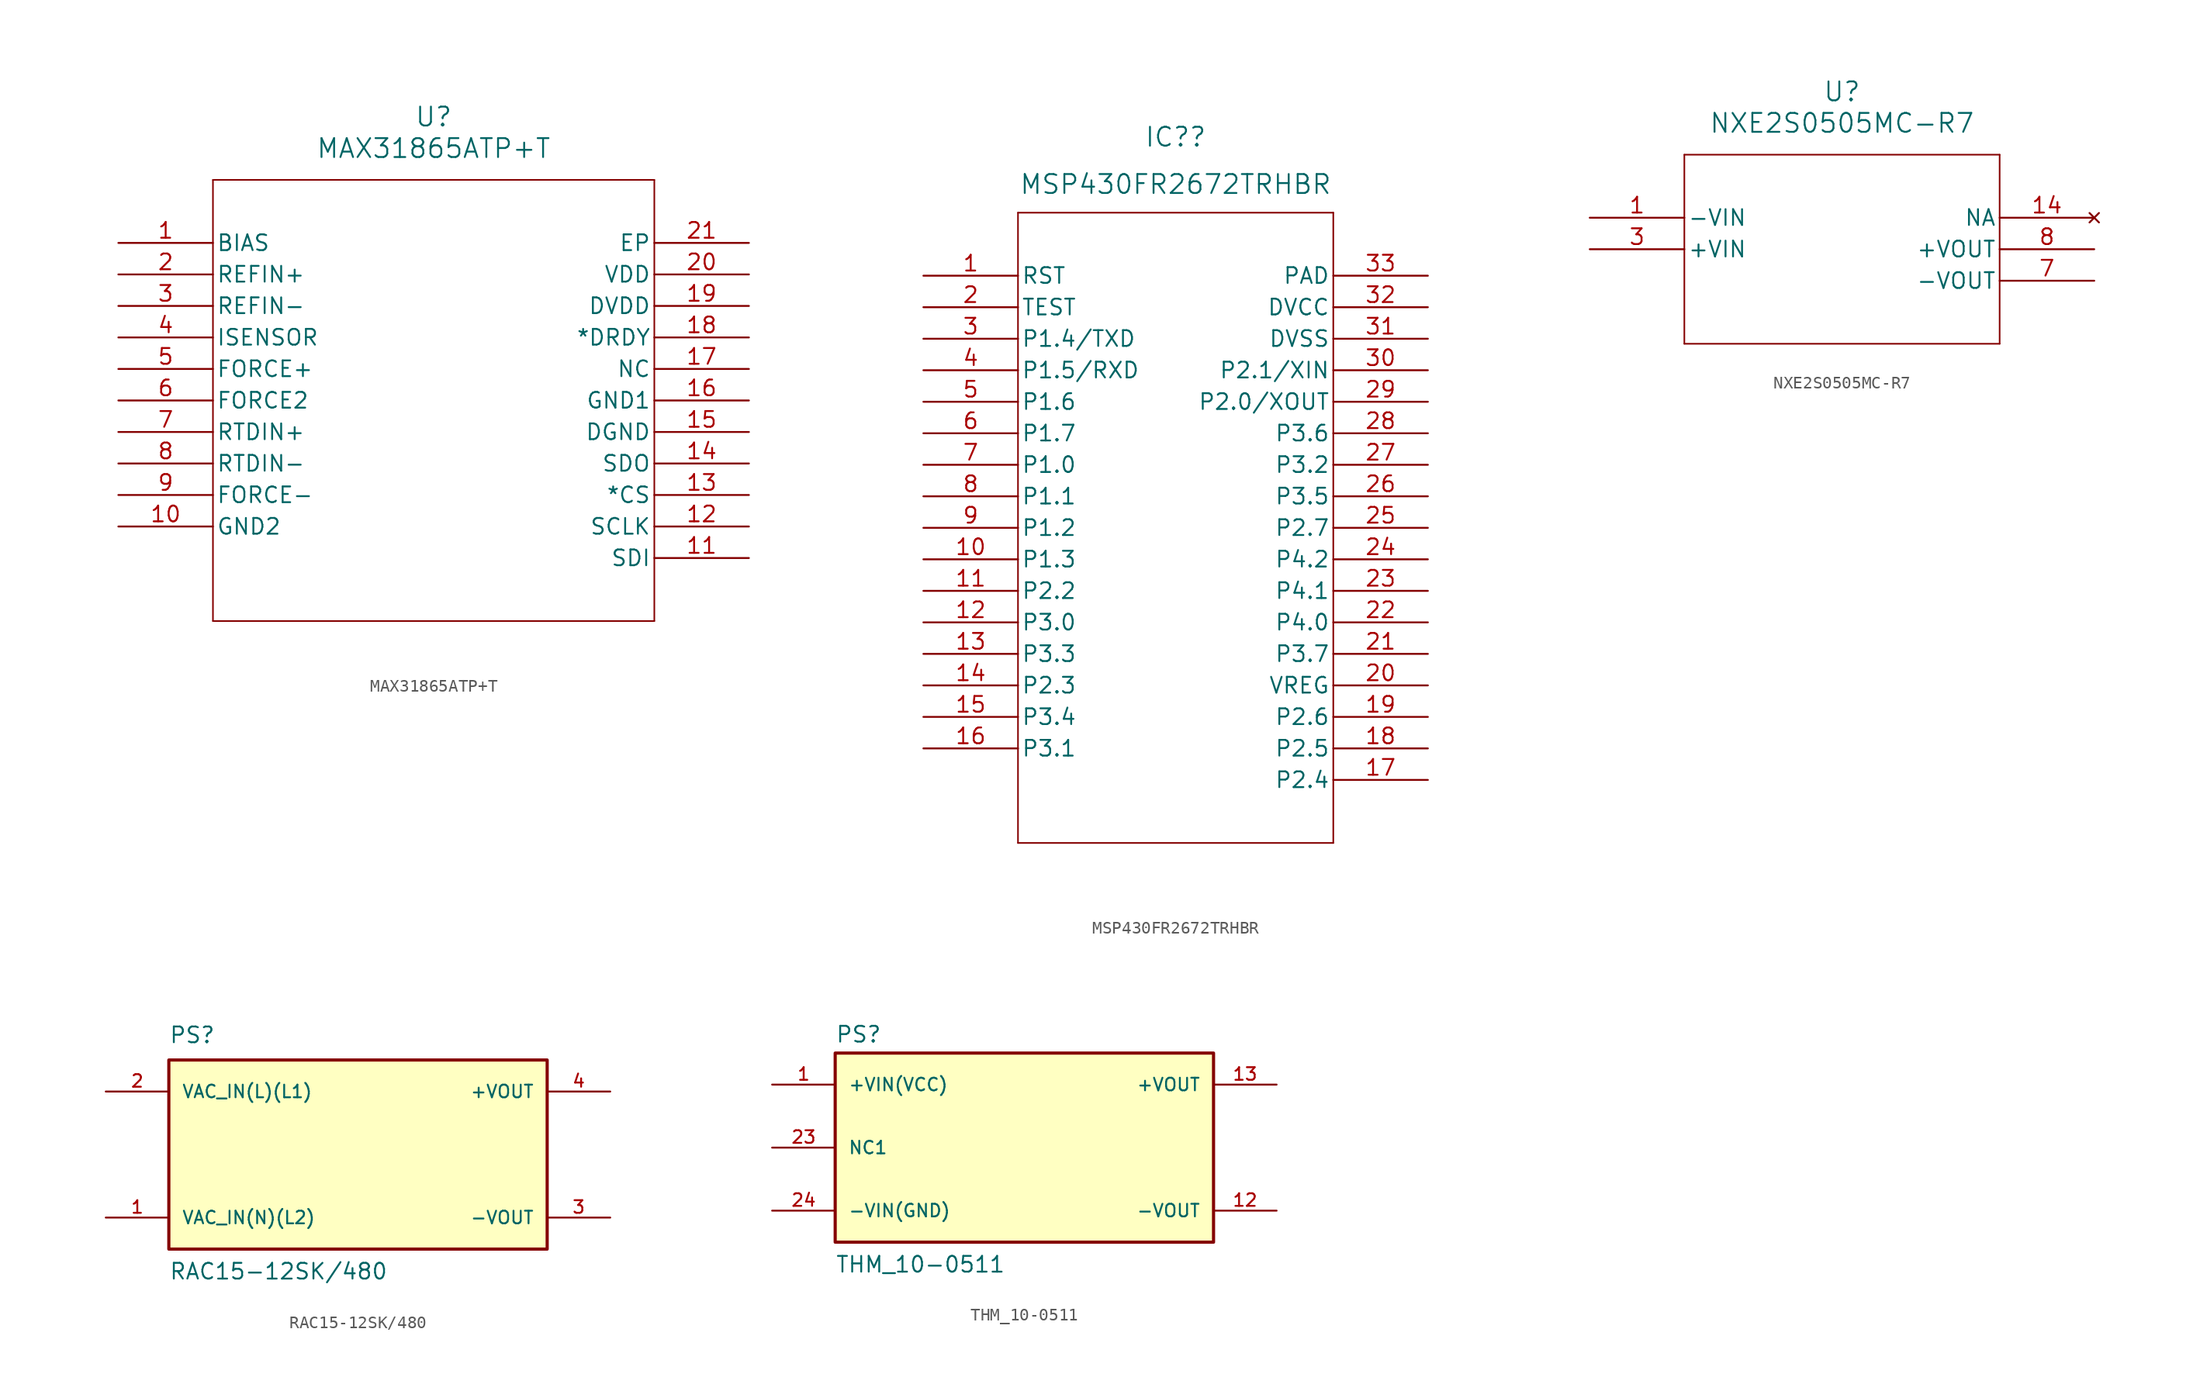
<source format=kicad_sym>
(kicad_symbol_lib
  (version 20231120)
  (generator "kicad_symbol_editor")
  (generator_version "8.0")
  (symbol "MAX31865ATP+T"
    (pin_names
      (offset 0.254))
    (property "Reference" "U"
      (at 25.4 10.16 0)
      (effects (font (size 1.524 1.524))))
    (property "Value" "MAX31865ATP+T"
      (at 25.4 7.62 0)
      (effects (font (size 1.524 1.524))))
    (property "ki_locked" ""
      (at 0 0 0)
      (effects (font (size 1.27 1.27))))
    (symbol "MAX31865ATP+T_0_1"
      (polyline (pts (xy 7.62 -30.48) (xy 43.18 -30.48)) (stroke (width 0.127) (type default)) (fill (type none)))
      (polyline (pts (xy 7.62 5.08) (xy 7.62 -30.48)) (stroke (width 0.127) (type default)) (fill (type none)))
      (polyline (pts (xy 43.18 -30.48) (xy 43.18 5.08)) (stroke (width 0.127) (type default)) (fill (type none)))
      (polyline (pts (xy 43.18 5.08) (xy 7.62 5.08)) (stroke (width 0.127) (type default)) (fill (type none)))
      (pin unspecified line (at 0 0 0) (length 7.62) (name "BIAS" (effects (font (size 1.27 1.27)))) (number "1" (effects (font (size 1.27 1.27)))))
      (pin power_in line (at 0 -22.86 0) (length 7.62) (name "GND2" (effects (font (size 1.27 1.27)))) (number "10" (effects (font (size 1.27 1.27)))))
      (pin unspecified line (at 50.8 -25.4 180) (length 7.62) (name "SDI" (effects (font (size 1.27 1.27)))) (number "11" (effects (font (size 1.27 1.27)))))
      (pin unspecified line (at 50.8 -22.86 180) (length 7.62) (name "SCLK" (effects (font (size 1.27 1.27)))) (number "12" (effects (font (size 1.27 1.27)))))
      (pin unspecified line (at 50.8 -20.32 180) (length 7.62) (name "*CS" (effects (font (size 1.27 1.27)))) (number "13" (effects (font (size 1.27 1.27)))))
      (pin unspecified line (at 50.8 -17.78 180) (length 7.62) (name "SDO" (effects (font (size 1.27 1.27)))) (number "14" (effects (font (size 1.27 1.27)))))
      (pin power_in line (at 50.8 -15.24 180) (length 7.62) (name "DGND" (effects (font (size 1.27 1.27)))) (number "15" (effects (font (size 1.27 1.27)))))
      (pin power_in line (at 50.8 -12.7 180) (length 7.62) (name "GND1" (effects (font (size 1.27 1.27)))) (number "16" (effects (font (size 1.27 1.27)))))
      (pin unspecified line (at 50.8 -10.16 180) (length 7.62) (name "NC" (effects (font (size 1.27 1.27)))) (number "17" (effects (font (size 1.27 1.27)))))
      (pin unspecified line (at 50.8 -7.62 180) (length 7.62) (name "*DRDY" (effects (font (size 1.27 1.27)))) (number "18" (effects (font (size 1.27 1.27)))))
      (pin power_in line (at 50.8 -5.08 180) (length 7.62) (name "DVDD" (effects (font (size 1.27 1.27)))) (number "19" (effects (font (size 1.27 1.27)))))
      (pin unspecified line (at 0 -2.54 0) (length 7.62) (name "REFIN+" (effects (font (size 1.27 1.27)))) (number "2" (effects (font (size 1.27 1.27)))))
      (pin power_in line (at 50.8 -2.54 180) (length 7.62) (name "VDD" (effects (font (size 1.27 1.27)))) (number "20" (effects (font (size 1.27 1.27)))))
      (pin unspecified line (at 50.8 0 180) (length 7.62) (name "EP" (effects (font (size 1.27 1.27)))) (number "21" (effects (font (size 1.27 1.27)))))
      (pin unspecified line (at 0 -5.08 0) (length 7.62) (name "REFIN-" (effects (font (size 1.27 1.27)))) (number "3" (effects (font (size 1.27 1.27)))))
      (pin unspecified line (at 0 -7.62 0) (length 7.62) (name "ISENSOR" (effects (font (size 1.27 1.27)))) (number "4" (effects (font (size 1.27 1.27)))))
      (pin unspecified line (at 0 -10.16 0) (length 7.62) (name "FORCE+" (effects (font (size 1.27 1.27)))) (number "5" (effects (font (size 1.27 1.27)))))
      (pin unspecified line (at 0 -12.7 0) (length 7.62) (name "FORCE2" (effects (font (size 1.27 1.27)))) (number "6" (effects (font (size 1.27 1.27)))))
      (pin unspecified line (at 0 -15.24 0) (length 7.62) (name "RTDIN+" (effects (font (size 1.27 1.27)))) (number "7" (effects (font (size 1.27 1.27)))))
      (pin unspecified line (at 0 -17.78 0) (length 7.62) (name "RTDIN-" (effects (font (size 1.27 1.27)))) (number "8" (effects (font (size 1.27 1.27)))))
      (pin unspecified line (at 0 -20.32 0) (length 7.62) (name "FORCE-" (effects (font (size 1.27 1.27)))) (number "9" (effects (font (size 1.27 1.27)))))))
  (symbol "MSP430FR2672TRHBR"
    (pin_names
      (offset 0.254))
    (property "Reference" "IC?"
      (at 20.32 11.176 0)
      (effects (font (size 1.524 1.524))))
    (property "Value" "MSP430FR2672TRHBR"
      (at 20.32 7.366 0)
      (effects (font (size 1.524 1.524))))
    (property "ki_locked" ""
      (at 0 0 0)
      (effects (font (size 1.27 1.27))))
    (symbol "MSP430FR2672TRHBR_0_1"
      (polyline (pts (xy 7.62 -45.72) (xy 33.02 -45.72)) (stroke (width 0.127) (type default)) (fill (type none)))
      (polyline (pts (xy 7.62 5.08) (xy 7.62 -45.72)) (stroke (width 0.127) (type default)) (fill (type none)))
      (polyline (pts (xy 33.02 -45.72) (xy 33.02 5.08)) (stroke (width 0.127) (type default)) (fill (type none)))
      (polyline (pts (xy 33.02 5.08) (xy 7.62 5.08)) (stroke (width 0.127) (type default)) (fill (type none)))
      (pin unspecified line (at 0 0 0) (length 7.62) (name "RST" (effects (font (size 1.27 1.27)))) (number "1" (effects (font (size 1.27 1.27)))))
      (pin unspecified line (at 0 -22.86 0) (length 7.62) (name "P1.3" (effects (font (size 1.27 1.27)))) (number "10" (effects (font (size 1.27 1.27)))))
      (pin unspecified line (at 0 -25.4 0) (length 7.62) (name "P2.2" (effects (font (size 1.27 1.27)))) (number "11" (effects (font (size 1.27 1.27)))))
      (pin unspecified line (at 0 -27.94 0) (length 7.62) (name "P3.0" (effects (font (size 1.27 1.27)))) (number "12" (effects (font (size 1.27 1.27)))))
      (pin unspecified line (at 0 -30.48 0) (length 7.62) (name "P3.3" (effects (font (size 1.27 1.27)))) (number "13" (effects (font (size 1.27 1.27)))))
      (pin unspecified line (at 0 -33.02 0) (length 7.62) (name "P2.3" (effects (font (size 1.27 1.27)))) (number "14" (effects (font (size 1.27 1.27)))))
      (pin unspecified line (at 0 -35.56 0) (length 7.62) (name "P3.4" (effects (font (size 1.27 1.27)))) (number "15" (effects (font (size 1.27 1.27)))))
      (pin unspecified line (at 0 -38.1 0) (length 7.62) (name "P3.1" (effects (font (size 1.27 1.27)))) (number "16" (effects (font (size 1.27 1.27)))))
      (pin unspecified line (at 40.64 -40.64 180) (length 7.62) (name "P2.4" (effects (font (size 1.27 1.27)))) (number "17" (effects (font (size 1.27 1.27)))))
      (pin unspecified line (at 40.64 -38.1 180) (length 7.62) (name "P2.5" (effects (font (size 1.27 1.27)))) (number "18" (effects (font (size 1.27 1.27)))))
      (pin unspecified line (at 40.64 -35.56 180) (length 7.62) (name "P2.6" (effects (font (size 1.27 1.27)))) (number "19" (effects (font (size 1.27 1.27)))))
      (pin unspecified line (at 0 -2.54 0) (length 7.62) (name "TEST" (effects (font (size 1.27 1.27)))) (number "2" (effects (font (size 1.27 1.27)))))
      (pin unspecified line (at 40.64 -33.02 180) (length 7.62) (name "VREG" (effects (font (size 1.27 1.27)))) (number "20" (effects (font (size 1.27 1.27)))))
      (pin unspecified line (at 40.64 -30.48 180) (length 7.62) (name "P3.7" (effects (font (size 1.27 1.27)))) (number "21" (effects (font (size 1.27 1.27)))))
      (pin unspecified line (at 40.64 -27.94 180) (length 7.62) (name "P4.0" (effects (font (size 1.27 1.27)))) (number "22" (effects (font (size 1.27 1.27)))))
      (pin unspecified line (at 40.64 -25.4 180) (length 7.62) (name "P4.1" (effects (font (size 1.27 1.27)))) (number "23" (effects (font (size 1.27 1.27)))))
      (pin unspecified line (at 40.64 -22.86 180) (length 7.62) (name "P4.2" (effects (font (size 1.27 1.27)))) (number "24" (effects (font (size 1.27 1.27)))))
      (pin unspecified line (at 40.64 -20.32 180) (length 7.62) (name "P2.7" (effects (font (size 1.27 1.27)))) (number "25" (effects (font (size 1.27 1.27)))))
      (pin unspecified line (at 40.64 -17.78 180) (length 7.62) (name "P3.5" (effects (font (size 1.27 1.27)))) (number "26" (effects (font (size 1.27 1.27)))))
      (pin unspecified line (at 40.64 -15.24 180) (length 7.62) (name "P3.2" (effects (font (size 1.27 1.27)))) (number "27" (effects (font (size 1.27 1.27)))))
      (pin unspecified line (at 40.64 -12.7 180) (length 7.62) (name "P3.6" (effects (font (size 1.27 1.27)))) (number "28" (effects (font (size 1.27 1.27)))))
      (pin unspecified line (at 40.64 -10.16 180) (length 7.62) (name "P2.0/XOUT" (effects (font (size 1.27 1.27)))) (number "29" (effects (font (size 1.27 1.27)))))
      (pin unspecified line (at 0 -5.08 0) (length 7.62) (name "P1.4/TXD" (effects (font (size 1.27 1.27)))) (number "3" (effects (font (size 1.27 1.27)))))
      (pin unspecified line (at 40.64 -7.62 180) (length 7.62) (name "P2.1/XIN" (effects (font (size 1.27 1.27)))) (number "30" (effects (font (size 1.27 1.27)))))
      (pin unspecified line (at 40.64 -5.08 180) (length 7.62) (name "DVSS" (effects (font (size 1.27 1.27)))) (number "31" (effects (font (size 1.27 1.27)))))
      (pin unspecified line (at 40.64 -2.54 180) (length 7.62) (name "DVCC" (effects (font (size 1.27 1.27)))) (number "32" (effects (font (size 1.27 1.27)))))
      (pin unspecified line (at 40.64 0 180) (length 7.62) (name "PAD" (effects (font (size 1.27 1.27)))) (number "33" (effects (font (size 1.27 1.27)))))
      (pin unspecified line (at 0 -7.62 0) (length 7.62) (name "P1.5/RXD" (effects (font (size 1.27 1.27)))) (number "4" (effects (font (size 1.27 1.27)))))
      (pin unspecified line (at 0 -10.16 0) (length 7.62) (name "P1.6" (effects (font (size 1.27 1.27)))) (number "5" (effects (font (size 1.27 1.27)))))
      (pin unspecified line (at 0 -12.7 0) (length 7.62) (name "P1.7" (effects (font (size 1.27 1.27)))) (number "6" (effects (font (size 1.27 1.27)))))
      (pin unspecified line (at 0 -15.24 0) (length 7.62) (name "P1.0" (effects (font (size 1.27 1.27)))) (number "7" (effects (font (size 1.27 1.27)))))
      (pin unspecified line (at 0 -17.78 0) (length 7.62) (name "P1.1" (effects (font (size 1.27 1.27)))) (number "8" (effects (font (size 1.27 1.27)))))
      (pin unspecified line (at 0 -20.32 0) (length 7.62) (name "P1.2" (effects (font (size 1.27 1.27)))) (number "9" (effects (font (size 1.27 1.27)))))))
  (symbol "NXE2S0505MC-R7"
    (pin_names
      (offset 0.254))
    (property "Reference" "U"
      (at 20.32 10.16 0)
      (effects (font (size 1.524 1.524))))
    (property "Value" "NXE2S0505MC-R7"
      (at 20.32 7.62 0)
      (effects (font (size 1.524 1.524))))
    (property "ki_locked" ""
      (at 0 0 0)
      (effects (font (size 1.27 1.27))))
    (symbol "NXE2S0505MC-R7_0_1"
      (polyline (pts (xy 7.62 -10.16) (xy 33.02 -10.16)) (stroke (width 0.127) (type default)) (fill (type none)))
      (polyline (pts (xy 7.62 5.08) (xy 7.62 -10.16)) (stroke (width 0.127) (type default)) (fill (type none)))
      (polyline (pts (xy 33.02 -10.16) (xy 33.02 5.08)) (stroke (width 0.127) (type default)) (fill (type none)))
      (polyline (pts (xy 33.02 5.08) (xy 7.62 5.08)) (stroke (width 0.127) (type default)) (fill (type none)))
      (pin power_in line (at 0 0 0) (length 7.62) (name "-VIN" (effects (font (size 1.27 1.27)))) (number "1" (effects (font (size 1.27 1.27)))))
      (pin no_connect line (at 40.64 0 180) (length 7.62) (name "NA" (effects (font (size 1.27 1.27)))) (number "14" (effects (font (size 1.27 1.27)))))
      (pin power_in line (at 0 -2.54 0) (length 7.62) (name "+VIN" (effects (font (size 1.27 1.27)))) (number "3" (effects (font (size 1.27 1.27)))))
      (pin output line (at 40.64 -5.08 180) (length 7.62) (name "-VOUT" (effects (font (size 1.27 1.27)))) (number "7" (effects (font (size 1.27 1.27)))))
      (pin output line (at 40.64 -2.54 180) (length 7.62) (name "+VOUT" (effects (font (size 1.27 1.27)))) (number "8" (effects (font (size 1.27 1.27)))))))
  (symbol "RAC15-12SK/480"
    (pin_names
      (offset 1.016))
    (property "Reference" "PS"
      (at -15.24 8.89 0)
      (effects (font (size 1.27 1.27)) (justify left bottom)))
    (property "Value" "RAC15-12SK{slash}480"
      (at -15.24 -10.16 0)
      (effects (font (size 1.27 1.27)) (justify left bottom)))
    (symbol "RAC15-12SK/480_0_0"
      (rectangle (start -15.24 -7.62) (end 15.24 7.62) (stroke (width 0.254) (type default)) (fill (type background)))
      (pin input line (at -20.32 -5.08 0) (length 5.08) (name "VAC_IN(N)(L2)" (effects (font (size 1.016 1.016)))) (number "1" (effects (font (size 1.016 1.016)))))
      (pin input line (at -20.32 5.08 0) (length 5.08) (name "VAC_IN(L)(L1)" (effects (font (size 1.016 1.016)))) (number "2" (effects (font (size 1.016 1.016)))))
      (pin output line (at 20.32 -5.08 180) (length 5.08) (name "-VOUT" (effects (font (size 1.016 1.016)))) (number "3" (effects (font (size 1.016 1.016)))))
      (pin output line (at 20.32 5.08 180) (length 5.08) (name "+VOUT" (effects (font (size 1.016 1.016)))) (number "4" (effects (font (size 1.016 1.016)))))))
  (symbol "THM_10-0511"
    (pin_names
      (offset 1.016))
    (property "Reference" "PS"
      (at -15.24 8.382 0)
      (effects (font (size 1.27 1.27)) (justify left bottom)))
    (property "Value" "THM_10-0511"
      (at -15.24 -10.16 0)
      (effects (font (size 1.27 1.27)) (justify left bottom)))
    (symbol "THM_10-0511_0_0"
      (rectangle (start -15.24 -7.62) (end 15.24 7.62) (stroke (width 0.254) (type default)) (fill (type background)))
      (pin input line (at -20.32 5.08 0) (length 5.08) (name "+VIN(VCC)" (effects (font (size 1.016 1.016)))) (number "1" (effects (font (size 1.016 1.016)))))
      (pin output line (at 20.32 -5.08 180) (length 5.08) (name "-VOUT" (effects (font (size 1.016 1.016)))) (number "12" (effects (font (size 1.016 1.016)))))
      (pin output line (at 20.32 5.08 180) (length 5.08) (name "+VOUT" (effects (font (size 1.016 1.016)))) (number "13" (effects (font (size 1.016 1.016)))))
      (pin input line (at -20.32 0 0) (length 5.08) (name "NC1" (effects (font (size 1.016 1.016)))) (number "23" (effects (font (size 1.016 1.016)))))
      (pin input line (at -20.32 -5.08 0) (length 5.08) (name "-VIN(GND)" (effects (font (size 1.016 1.016)))) (number "24" (effects (font (size 1.016 1.016))))))))
</source>
